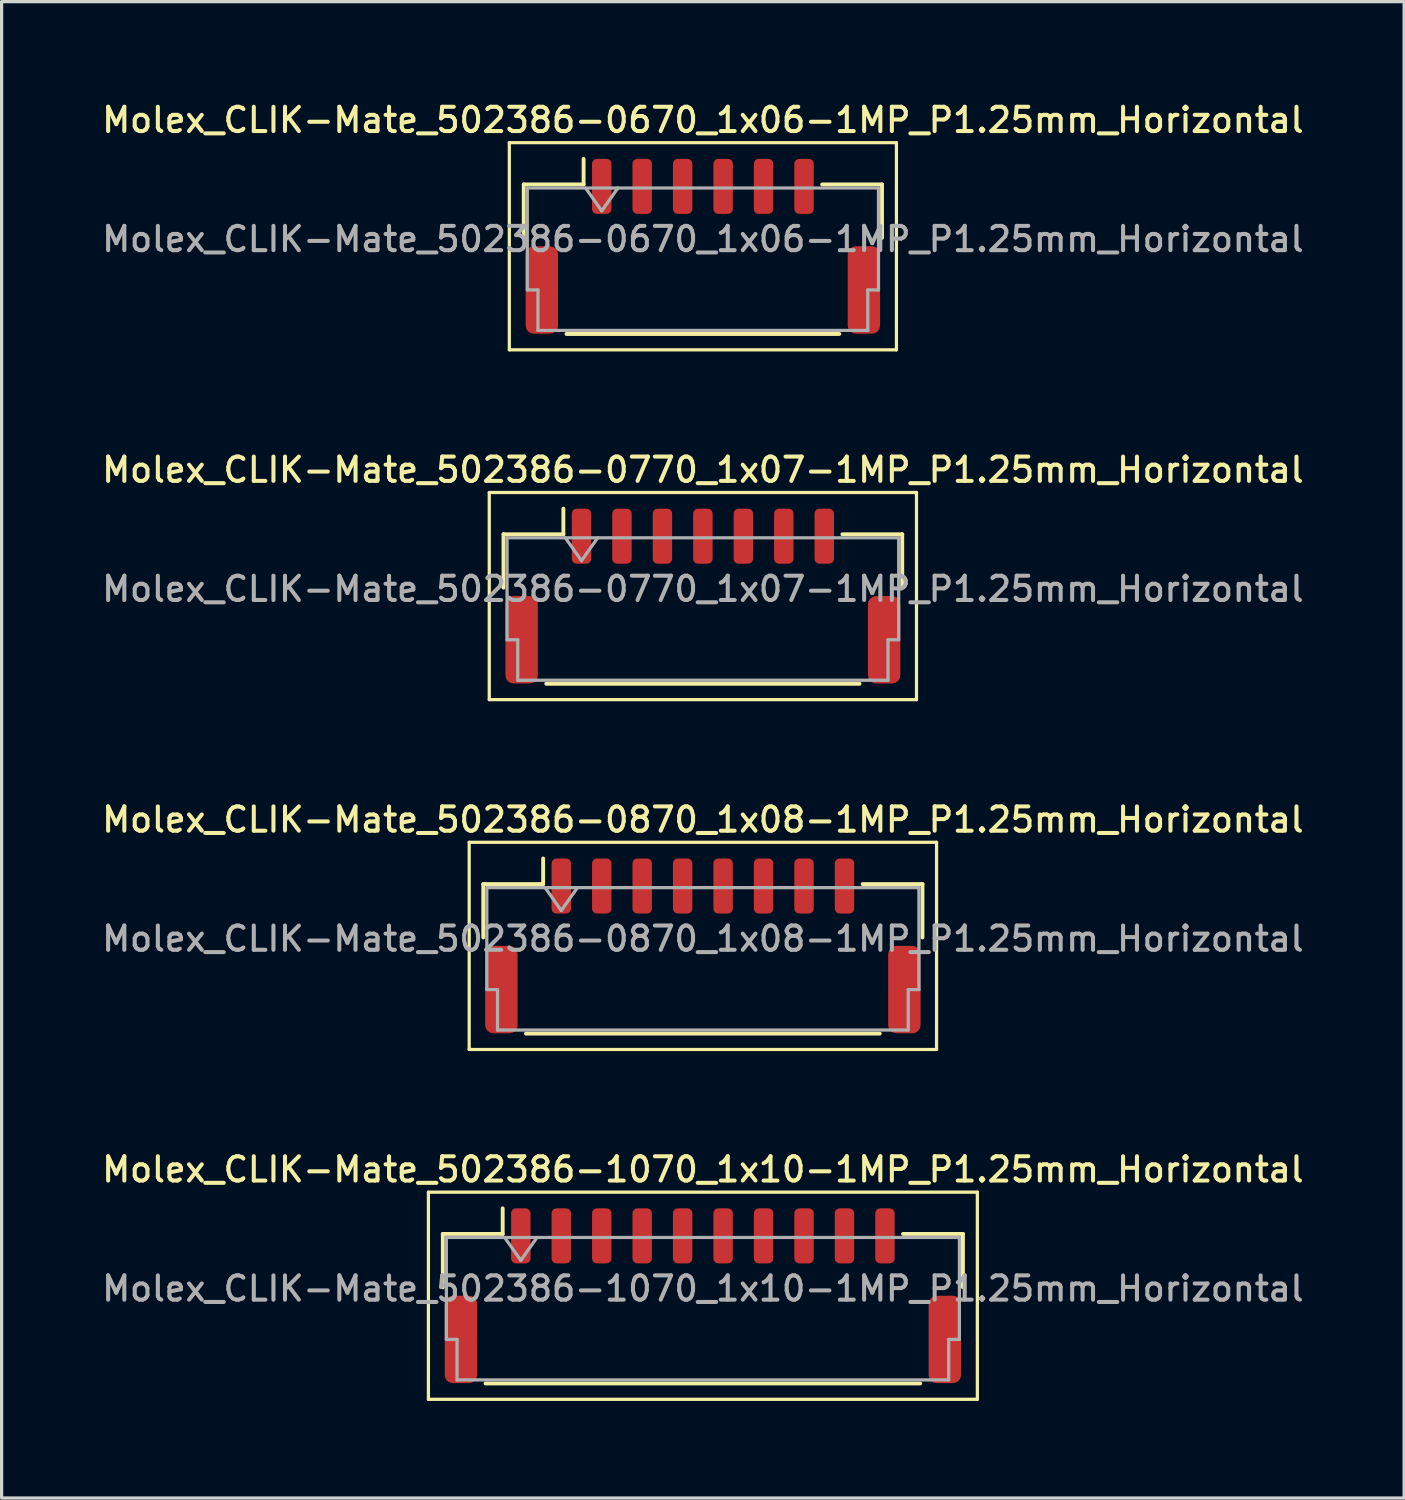
<source format=kicad_pcb>
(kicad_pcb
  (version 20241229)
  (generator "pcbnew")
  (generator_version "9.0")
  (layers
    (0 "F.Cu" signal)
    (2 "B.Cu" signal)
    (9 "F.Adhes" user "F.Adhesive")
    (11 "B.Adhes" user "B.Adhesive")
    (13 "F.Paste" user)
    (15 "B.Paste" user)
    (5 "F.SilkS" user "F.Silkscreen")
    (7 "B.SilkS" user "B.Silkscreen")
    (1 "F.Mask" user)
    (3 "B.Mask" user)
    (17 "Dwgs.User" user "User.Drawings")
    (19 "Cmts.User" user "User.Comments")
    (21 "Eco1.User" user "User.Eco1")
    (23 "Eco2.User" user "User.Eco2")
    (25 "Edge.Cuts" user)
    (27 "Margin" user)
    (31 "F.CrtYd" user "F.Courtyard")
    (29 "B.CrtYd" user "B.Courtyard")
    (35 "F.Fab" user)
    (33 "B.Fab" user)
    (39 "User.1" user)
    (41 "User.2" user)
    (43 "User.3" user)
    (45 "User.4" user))
  (footprint "Molex_CLIK-Mate_502386-0870_1x08-1MP_P1.25mm_Horizontal"
    (layer "F.Cu")
    (at 18.666 26.174)
    (property "Reference" "Molex_CLIK-Mate_502386-0870_1x08-1MP_P1.25mm_Horizontal" (at 0 -3.9 0) (layer "F.SilkS") (effects (font (size 0.75 0.75) (thickness 0.125))))
    (attr smd)
    (fp_line (start -7.22 -3.2) (end -7.22 3.2) (stroke (width 0.1) (type solid)) (layer "F.SilkS"))
    (fp_line (start -7.22 3.2) (end 7.22 3.2) (stroke (width 0.1) (type solid)) (layer "F.SilkS"))
    (fp_line (start -6.785 -1.91) (end -4.935 -1.91) (stroke (width 0.12) (type solid)) (layer "F.SilkS"))
    (fp_line (start -6.785 -0.26) (end -6.785 -1.91) (stroke (width 0.12) (type solid)) (layer "F.SilkS"))
    (fp_line (start -5.465 2.71) (end 5.465 2.71) (stroke (width 0.12) (type solid)) (layer "F.SilkS"))
    (fp_line (start -4.935 -1.91) (end -4.935 -2.7) (stroke (width 0.12) (type solid)) (layer "F.SilkS"))
    (fp_line (start 6.785 -1.91) (end 4.935 -1.91) (stroke (width 0.12) (type solid)) (layer "F.SilkS"))
    (fp_line (start 6.785 -0.26) (end 6.785 -1.91) (stroke (width 0.12) (type solid)) (layer "F.SilkS"))
    (fp_line (start 7.22 -3.2) (end -7.22 -3.2) (stroke (width 0.1) (type solid)) (layer "F.SilkS"))
    (fp_line (start 7.22 3.2) (end 7.22 -3.2) (stroke (width 0.1) (type solid)) (layer "F.SilkS"))
    (fp_line (start -6.675 -1.8) (end -6.675 1.35) (stroke (width 0.1) (type solid)) (layer "F.Fab"))
    (fp_line (start -6.675 -1.8) (end 6.675 -1.8) (stroke (width 0.1) (type solid)) (layer "F.Fab"))
    (fp_line (start -6.675 1.35) (end -6.345 1.35) (stroke (width 0.1) (type solid)) (layer "F.Fab"))
    (fp_line (start -6.345 1.35) (end -6.345 2.6) (stroke (width 0.1) (type solid)) (layer "F.Fab"))
    (fp_line (start -6.345 2.6) (end 6.345 2.6) (stroke (width 0.1) (type solid)) (layer "F.Fab"))
    (fp_line (start -4.875 -1.8) (end -4.375 -1.093) (stroke (width 0.1) (type solid)) (layer "F.Fab"))
    (fp_line (start -4.375 -1.093) (end -3.875 -1.8) (stroke (width 0.1) (type solid)) (layer "F.Fab"))
    (fp_line (start 6.345 1.35) (end 6.675 1.35) (stroke (width 0.1) (type solid)) (layer "F.Fab"))
    (fp_line (start 6.345 2.6) (end 6.345 1.35) (stroke (width 0.1) (type solid)) (layer "F.Fab"))
    (fp_line (start 6.675 -1.8) (end 6.675 1.35) (stroke (width 0.1) (type solid)) (layer "F.Fab"))
    (fp_text user "${REFERENCE}" (at 0 -0.22 0) (layer "F.Fab") (effects (font (size 0.75 0.75) (thickness 0.125))))
    (pad "1" smd roundrect (at -4.375 -1.85) (size 0.6 1.7) (layers "F.Cu" "F.Mask" "F.Paste") (roundrect_rratio 0.25))
    (pad "2" smd roundrect (at -3.125 -1.85) (size 0.6 1.7) (layers "F.Cu" "F.Mask" "F.Paste") (roundrect_rratio 0.25))
    (pad "3" smd roundrect (at -1.875 -1.85) (size 0.6 1.7) (layers "F.Cu" "F.Mask" "F.Paste") (roundrect_rratio 0.25))
    (pad "4" smd roundrect (at -0.625 -1.85) (size 0.6 1.7) (layers "F.Cu" "F.Mask" "F.Paste") (roundrect_rratio 0.25))
    (pad "5" smd roundrect (at 0.625 -1.85) (size 0.6 1.7) (layers "F.Cu" "F.Mask" "F.Paste") (roundrect_rratio 0.25))
    (pad "6" smd roundrect (at 1.875 -1.85) (size 0.6 1.7) (layers "F.Cu" "F.Mask" "F.Paste") (roundrect_rratio 0.25))
    (pad "7" smd roundrect (at 3.125 -1.85) (size 0.6 1.7) (layers "F.Cu" "F.Mask" "F.Paste") (roundrect_rratio 0.25))
    (pad "8" smd roundrect (at 4.375 -1.85) (size 0.6 1.7) (layers "F.Cu" "F.Mask" "F.Paste") (roundrect_rratio 0.25))
    (pad "MP" smd roundrect (at -6.225 1.35) (size 1 2.7) (layers "F.Cu" "F.Mask" "F.Paste") (roundrect_rratio 0.25))
    (pad "MP" smd roundrect (at 6.225 1.35) (size 1 2.7) (layers "F.Cu" "F.Mask" "F.Paste") (roundrect_rratio 0.25)))
  (footprint "Molex_CLIK-Mate_502386-0670_1x06-1MP_P1.25mm_Horizontal"
    (layer "F.Cu")
    (at 18.666 4.558)
    (property "Reference" "Molex_CLIK-Mate_502386-0670_1x06-1MP_P1.25mm_Horizontal" (at 0 -3.9 0) (layer "F.SilkS") (effects (font (size 0.75 0.75) (thickness 0.125))))
    (attr smd)
    (fp_line (start -5.98 -3.2) (end -5.98 3.2) (stroke (width 0.1) (type solid)) (layer "F.SilkS"))
    (fp_line (start -5.98 3.2) (end 5.98 3.2) (stroke (width 0.1) (type solid)) (layer "F.SilkS"))
    (fp_line (start -5.535 -1.91) (end -3.685 -1.91) (stroke (width 0.12) (type solid)) (layer "F.SilkS"))
    (fp_line (start -5.535 -0.26) (end -5.535 -1.91) (stroke (width 0.12) (type solid)) (layer "F.SilkS"))
    (fp_line (start -4.215 2.71) (end 4.215 2.71) (stroke (width 0.12) (type solid)) (layer "F.SilkS"))
    (fp_line (start -3.685 -1.91) (end -3.685 -2.7) (stroke (width 0.12) (type solid)) (layer "F.SilkS"))
    (fp_line (start 5.535 -1.91) (end 3.685 -1.91) (stroke (width 0.12) (type solid)) (layer "F.SilkS"))
    (fp_line (start 5.535 -0.26) (end 5.535 -1.91) (stroke (width 0.12) (type solid)) (layer "F.SilkS"))
    (fp_line (start 5.98 -3.2) (end -5.98 -3.2) (stroke (width 0.1) (type solid)) (layer "F.SilkS"))
    (fp_line (start 5.98 3.2) (end 5.98 -3.2) (stroke (width 0.1) (type solid)) (layer "F.SilkS"))
    (fp_line (start -5.425 -1.8) (end -5.425 1.35) (stroke (width 0.1) (type solid)) (layer "F.Fab"))
    (fp_line (start -5.425 -1.8) (end 5.425 -1.8) (stroke (width 0.1) (type solid)) (layer "F.Fab"))
    (fp_line (start -5.425 1.35) (end -5.095 1.35) (stroke (width 0.1) (type solid)) (layer "F.Fab"))
    (fp_line (start -5.095 1.35) (end -5.095 2.6) (stroke (width 0.1) (type solid)) (layer "F.Fab"))
    (fp_line (start -5.095 2.6) (end 5.095 2.6) (stroke (width 0.1) (type solid)) (layer "F.Fab"))
    (fp_line (start -3.625 -1.8) (end -3.125 -1.093) (stroke (width 0.1) (type solid)) (layer "F.Fab"))
    (fp_line (start -3.125 -1.093) (end -2.625 -1.8) (stroke (width 0.1) (type solid)) (layer "F.Fab"))
    (fp_line (start 5.095 1.35) (end 5.425 1.35) (stroke (width 0.1) (type solid)) (layer "F.Fab"))
    (fp_line (start 5.095 2.6) (end 5.095 1.35) (stroke (width 0.1) (type solid)) (layer "F.Fab"))
    (fp_line (start 5.425 -1.8) (end 5.425 1.35) (stroke (width 0.1) (type solid)) (layer "F.Fab"))
    (fp_text user "${REFERENCE}" (at 0 -0.22 0) (layer "F.Fab") (effects (font (size 0.75 0.75) (thickness 0.125))))
    (pad "1" smd roundrect (at -3.125 -1.85) (size 0.6 1.7) (layers "F.Cu" "F.Mask" "F.Paste") (roundrect_rratio 0.25))
    (pad "2" smd roundrect (at -1.875 -1.85) (size 0.6 1.7) (layers "F.Cu" "F.Mask" "F.Paste") (roundrect_rratio 0.25))
    (pad "3" smd roundrect (at -0.625 -1.85) (size 0.6 1.7) (layers "F.Cu" "F.Mask" "F.Paste") (roundrect_rratio 0.25))
    (pad "4" smd roundrect (at 0.625 -1.85) (size 0.6 1.7) (layers "F.Cu" "F.Mask" "F.Paste") (roundrect_rratio 0.25))
    (pad "5" smd roundrect (at 1.875 -1.85) (size 0.6 1.7) (layers "F.Cu" "F.Mask" "F.Paste") (roundrect_rratio 0.25))
    (pad "6" smd roundrect (at 3.125 -1.85) (size 0.6 1.7) (layers "F.Cu" "F.Mask" "F.Paste") (roundrect_rratio 0.25))
    (pad "MP" smd roundrect (at -4.975 1.35) (size 1 2.7) (layers "F.Cu" "F.Mask" "F.Paste") (roundrect_rratio 0.25))
    (pad "MP" smd roundrect (at 4.975 1.35) (size 1 2.7) (layers "F.Cu" "F.Mask" "F.Paste") (roundrect_rratio 0.25)))
  (footprint "Molex_CLIK-Mate_502386-0770_1x07-1MP_P1.25mm_Horizontal"
    (layer "F.Cu")
    (at 18.666 15.366)
    (property "Reference" "Molex_CLIK-Mate_502386-0770_1x07-1MP_P1.25mm_Horizontal" (at 0 -3.9 0) (layer "F.SilkS") (effects (font (size 0.75 0.75) (thickness 0.125))))
    (attr smd)
    (fp_line (start -6.6 -3.2) (end -6.6 3.2) (stroke (width 0.1) (type solid)) (layer "F.SilkS"))
    (fp_line (start -6.6 3.2) (end 6.6 3.2) (stroke (width 0.1) (type solid)) (layer "F.SilkS"))
    (fp_line (start -6.16 -1.91) (end -4.31 -1.91) (stroke (width 0.12) (type solid)) (layer "F.SilkS"))
    (fp_line (start -6.16 -0.26) (end -6.16 -1.91) (stroke (width 0.12) (type solid)) (layer "F.SilkS"))
    (fp_line (start -4.84 2.71) (end 4.84 2.71) (stroke (width 0.12) (type solid)) (layer "F.SilkS"))
    (fp_line (start -4.31 -1.91) (end -4.31 -2.7) (stroke (width 0.12) (type solid)) (layer "F.SilkS"))
    (fp_line (start 6.16 -1.91) (end 4.31 -1.91) (stroke (width 0.12) (type solid)) (layer "F.SilkS"))
    (fp_line (start 6.16 -0.26) (end 6.16 -1.91) (stroke (width 0.12) (type solid)) (layer "F.SilkS"))
    (fp_line (start 6.6 -3.2) (end -6.6 -3.2) (stroke (width 0.1) (type solid)) (layer "F.SilkS"))
    (fp_line (start 6.6 3.2) (end 6.6 -3.2) (stroke (width 0.1) (type solid)) (layer "F.SilkS"))
    (fp_line (start -6.05 -1.8) (end -6.05 1.35) (stroke (width 0.1) (type solid)) (layer "F.Fab"))
    (fp_line (start -6.05 -1.8) (end 6.05 -1.8) (stroke (width 0.1) (type solid)) (layer "F.Fab"))
    (fp_line (start -6.05 1.35) (end -5.72 1.35) (stroke (width 0.1) (type solid)) (layer "F.Fab"))
    (fp_line (start -5.72 1.35) (end -5.72 2.6) (stroke (width 0.1) (type solid)) (layer "F.Fab"))
    (fp_line (start -5.72 2.6) (end 5.72 2.6) (stroke (width 0.1) (type solid)) (layer "F.Fab"))
    (fp_line (start -4.25 -1.8) (end -3.75 -1.093) (stroke (width 0.1) (type solid)) (layer "F.Fab"))
    (fp_line (start -3.75 -1.093) (end -3.25 -1.8) (stroke (width 0.1) (type solid)) (layer "F.Fab"))
    (fp_line (start 5.72 1.35) (end 6.05 1.35) (stroke (width 0.1) (type solid)) (layer "F.Fab"))
    (fp_line (start 5.72 2.6) (end 5.72 1.35) (stroke (width 0.1) (type solid)) (layer "F.Fab"))
    (fp_line (start 6.05 -1.8) (end 6.05 1.35) (stroke (width 0.1) (type solid)) (layer "F.Fab"))
    (fp_text user "${REFERENCE}" (at 0 -0.22 0) (layer "F.Fab") (effects (font (size 0.75 0.75) (thickness 0.125))))
    (pad "1" smd roundrect (at -3.75 -1.85) (size 0.6 1.7) (layers "F.Cu" "F.Mask" "F.Paste") (roundrect_rratio 0.25))
    (pad "2" smd roundrect (at -2.5 -1.85) (size 0.6 1.7) (layers "F.Cu" "F.Mask" "F.Paste") (roundrect_rratio 0.25))
    (pad "3" smd roundrect (at -1.25 -1.85) (size 0.6 1.7) (layers "F.Cu" "F.Mask" "F.Paste") (roundrect_rratio 0.25))
    (pad "4" smd roundrect (at 0 -1.85) (size 0.6 1.7) (layers "F.Cu" "F.Mask" "F.Paste") (roundrect_rratio 0.25))
    (pad "5" smd roundrect (at 1.25 -1.85) (size 0.6 1.7) (layers "F.Cu" "F.Mask" "F.Paste") (roundrect_rratio 0.25))
    (pad "6" smd roundrect (at 2.5 -1.85) (size 0.6 1.7) (layers "F.Cu" "F.Mask" "F.Paste") (roundrect_rratio 0.25))
    (pad "7" smd roundrect (at 3.75 -1.85) (size 0.6 1.7) (layers "F.Cu" "F.Mask" "F.Paste") (roundrect_rratio 0.25))
    (pad "MP" smd roundrect (at -5.6 1.35) (size 1 2.7) (layers "F.Cu" "F.Mask" "F.Paste") (roundrect_rratio 0.25))
    (pad "MP" smd roundrect (at 5.6 1.35) (size 1 2.7) (layers "F.Cu" "F.Mask" "F.Paste") (roundrect_rratio 0.25)))
  (footprint "Molex_CLIK-Mate_502386-1070_1x10-1MP_P1.25mm_Horizontal"
    (layer "F.Cu")
    (at 18.666 36.983)
    (property "Reference" "Molex_CLIK-Mate_502386-1070_1x10-1MP_P1.25mm_Horizontal" (at 0 -3.9 0) (layer "F.SilkS") (effects (font (size 0.75 0.75) (thickness 0.125))))
    (attr smd)
    (fp_line (start -8.48 -3.2) (end -8.48 3.2) (stroke (width 0.1) (type solid)) (layer "F.SilkS"))
    (fp_line (start -8.48 3.2) (end 8.48 3.2) (stroke (width 0.1) (type solid)) (layer "F.SilkS"))
    (fp_line (start -8.035 -1.91) (end -6.185 -1.91) (stroke (width 0.12) (type solid)) (layer "F.SilkS"))
    (fp_line (start -8.035 -0.26) (end -8.035 -1.91) (stroke (width 0.12) (type solid)) (layer "F.SilkS"))
    (fp_line (start -6.715 2.71) (end 6.715 2.71) (stroke (width 0.12) (type solid)) (layer "F.SilkS"))
    (fp_line (start -6.185 -1.91) (end -6.185 -2.7) (stroke (width 0.12) (type solid)) (layer "F.SilkS"))
    (fp_line (start 8.035 -1.91) (end 6.185 -1.91) (stroke (width 0.12) (type solid)) (layer "F.SilkS"))
    (fp_line (start 8.035 -0.26) (end 8.035 -1.91) (stroke (width 0.12) (type solid)) (layer "F.SilkS"))
    (fp_line (start 8.48 -3.2) (end -8.48 -3.2) (stroke (width 0.1) (type solid)) (layer "F.SilkS"))
    (fp_line (start 8.48 3.2) (end 8.48 -3.2) (stroke (width 0.1) (type solid)) (layer "F.SilkS"))
    (fp_line (start -7.925 -1.8) (end -7.925 1.35) (stroke (width 0.1) (type solid)) (layer "F.Fab"))
    (fp_line (start -7.925 -1.8) (end 7.925 -1.8) (stroke (width 0.1) (type solid)) (layer "F.Fab"))
    (fp_line (start -7.925 1.35) (end -7.595 1.35) (stroke (width 0.1) (type solid)) (layer "F.Fab"))
    (fp_line (start -7.595 1.35) (end -7.595 2.6) (stroke (width 0.1) (type solid)) (layer "F.Fab"))
    (fp_line (start -7.595 2.6) (end 7.595 2.6) (stroke (width 0.1) (type solid)) (layer "F.Fab"))
    (fp_line (start -6.125 -1.8) (end -5.625 -1.093) (stroke (width 0.1) (type solid)) (layer "F.Fab"))
    (fp_line (start -5.625 -1.093) (end -5.125 -1.8) (stroke (width 0.1) (type solid)) (layer "F.Fab"))
    (fp_line (start 7.595 1.35) (end 7.925 1.35) (stroke (width 0.1) (type solid)) (layer "F.Fab"))
    (fp_line (start 7.595 2.6) (end 7.595 1.35) (stroke (width 0.1) (type solid)) (layer "F.Fab"))
    (fp_line (start 7.925 -1.8) (end 7.925 1.35) (stroke (width 0.1) (type solid)) (layer "F.Fab"))
    (fp_text user "${REFERENCE}" (at 0 -0.22 0) (layer "F.Fab") (effects (font (size 0.75 0.75) (thickness 0.125))))
    (pad "1" smd roundrect (at -5.625 -1.85) (size 0.6 1.7) (layers "F.Cu" "F.Mask" "F.Paste") (roundrect_rratio 0.25))
    (pad "2" smd roundrect (at -4.375 -1.85) (size 0.6 1.7) (layers "F.Cu" "F.Mask" "F.Paste") (roundrect_rratio 0.25))
    (pad "3" smd roundrect (at -3.125 -1.85) (size 0.6 1.7) (layers "F.Cu" "F.Mask" "F.Paste") (roundrect_rratio 0.25))
    (pad "4" smd roundrect (at -1.875 -1.85) (size 0.6 1.7) (layers "F.Cu" "F.Mask" "F.Paste") (roundrect_rratio 0.25))
    (pad "5" smd roundrect (at -0.625 -1.85) (size 0.6 1.7) (layers "F.Cu" "F.Mask" "F.Paste") (roundrect_rratio 0.25))
    (pad "6" smd roundrect (at 0.625 -1.85) (size 0.6 1.7) (layers "F.Cu" "F.Mask" "F.Paste") (roundrect_rratio 0.25))
    (pad "7" smd roundrect (at 1.875 -1.85) (size 0.6 1.7) (layers "F.Cu" "F.Mask" "F.Paste") (roundrect_rratio 0.25))
    (pad "8" smd roundrect (at 3.125 -1.85) (size 0.6 1.7) (layers "F.Cu" "F.Mask" "F.Paste") (roundrect_rratio 0.25))
    (pad "9" smd roundrect (at 4.375 -1.85) (size 0.6 1.7) (layers "F.Cu" "F.Mask" "F.Paste") (roundrect_rratio 0.25))
    (pad "10" smd roundrect (at 5.625 -1.85) (size 0.6 1.7) (layers "F.Cu" "F.Mask" "F.Paste") (roundrect_rratio 0.25))
    (pad "MP" smd roundrect (at -7.475 1.35) (size 1 2.7) (layers "F.Cu" "F.Mask" "F.Paste") (roundrect_rratio 0.25))
    (pad "MP" smd roundrect (at 7.475 1.35) (size 1 2.7) (layers "F.Cu" "F.Mask" "F.Paste") (roundrect_rratio 0.25)))
  (gr_rect
    (start -3 -3)
    (end 40.332 43.233)
    (stroke (width 0.1) (type default))
    (fill no)
    (layer "Edge.Cuts")))
</source>
